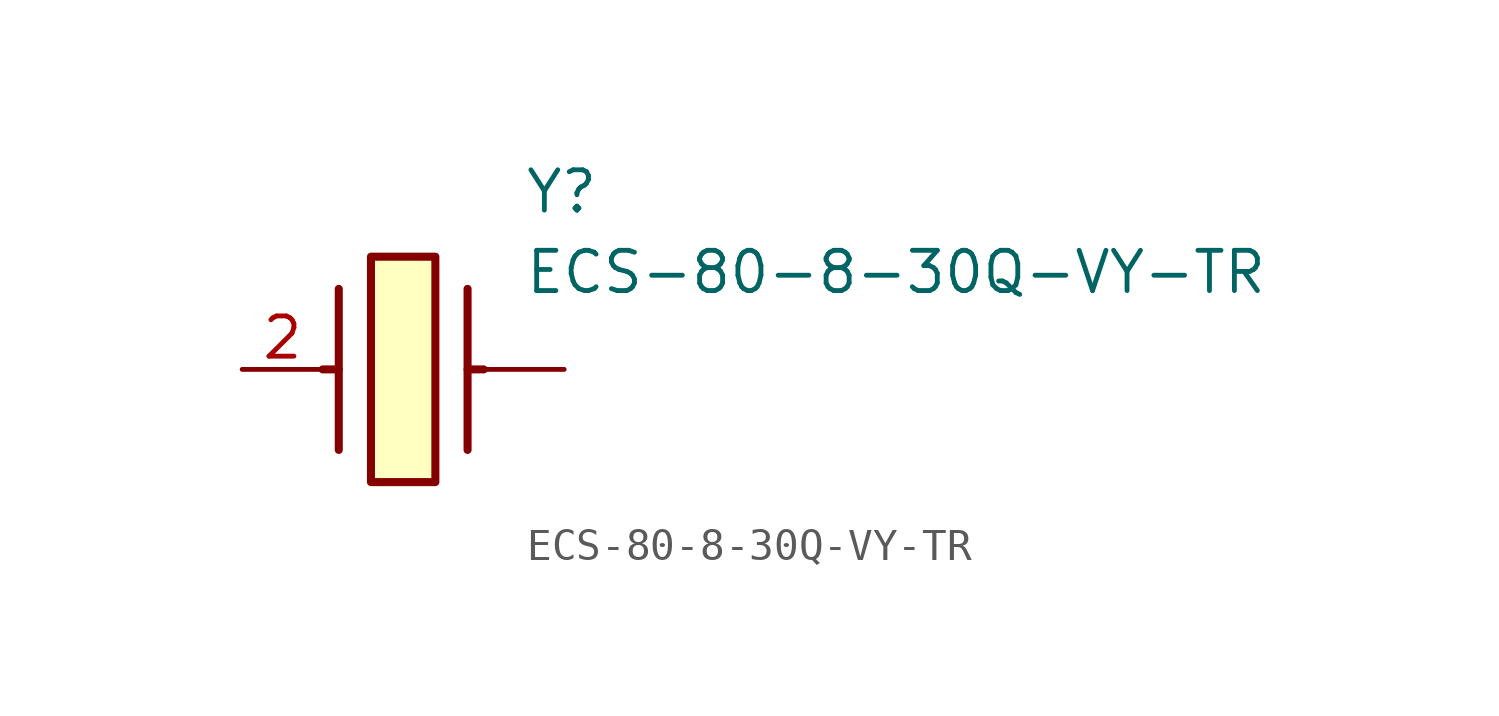
<source format=kicad_sym>
(kicad_symbol_lib
  (version 20211014)
  (generator SamacSys_ECAD_Model)
  (symbol "ECS-80-8-30Q-VY-TR"
    (pin_names hide)
    (property "Reference" "Y"
      (at 8.89 6.35 0)
      (effects (font (size 1.27 1.27)) (justify left top)))
    (property "Value" "ECS-80-8-30Q-VY-TR"
      (at 8.89 3.81 0)
      (effects (font (size 1.27 1.27)) (justify left top)))
    (rectangle
      (start 4.064 3.556)
      (end 6.096 -3.556)
      (stroke (width 0.254) (type default))
      (fill (type background)))
    (polyline
      (pts (xy 3.048 2.54) (xy 3.048 -2.54))
      (stroke (width 0.254) (type default))
      (fill (type none)))
    (polyline
      (pts (xy 7.112 2.54) (xy 7.112 -2.54))
      (stroke (width 0.254) (type default))
      (fill (type none)))
    (polyline
      (pts (xy 7.112 0) (xy 7.62 0))
      (stroke (width 0.254) (type default))
      (fill (type none)))
    (polyline
      (pts (xy 3.048 0) (xy 2.54 0))
      (stroke (width 0.254) (type default))
      (fill (type none)))
    (pin passive line
      (at 0 0 0)
      (length 2.54)
      (name "CRYSTAL_2" (effects (font (size 1.27 1.27))))
      (number "2" (effects (font (size 1.27 1.27)))))
    (pin passive line
      (at 10.16 0 180)
      (length 2.54)
      (name "" (effects (font (size 1.27 1.27))))
      (number "" (effects (font (size 1.27 1.27)))))))
</source>
